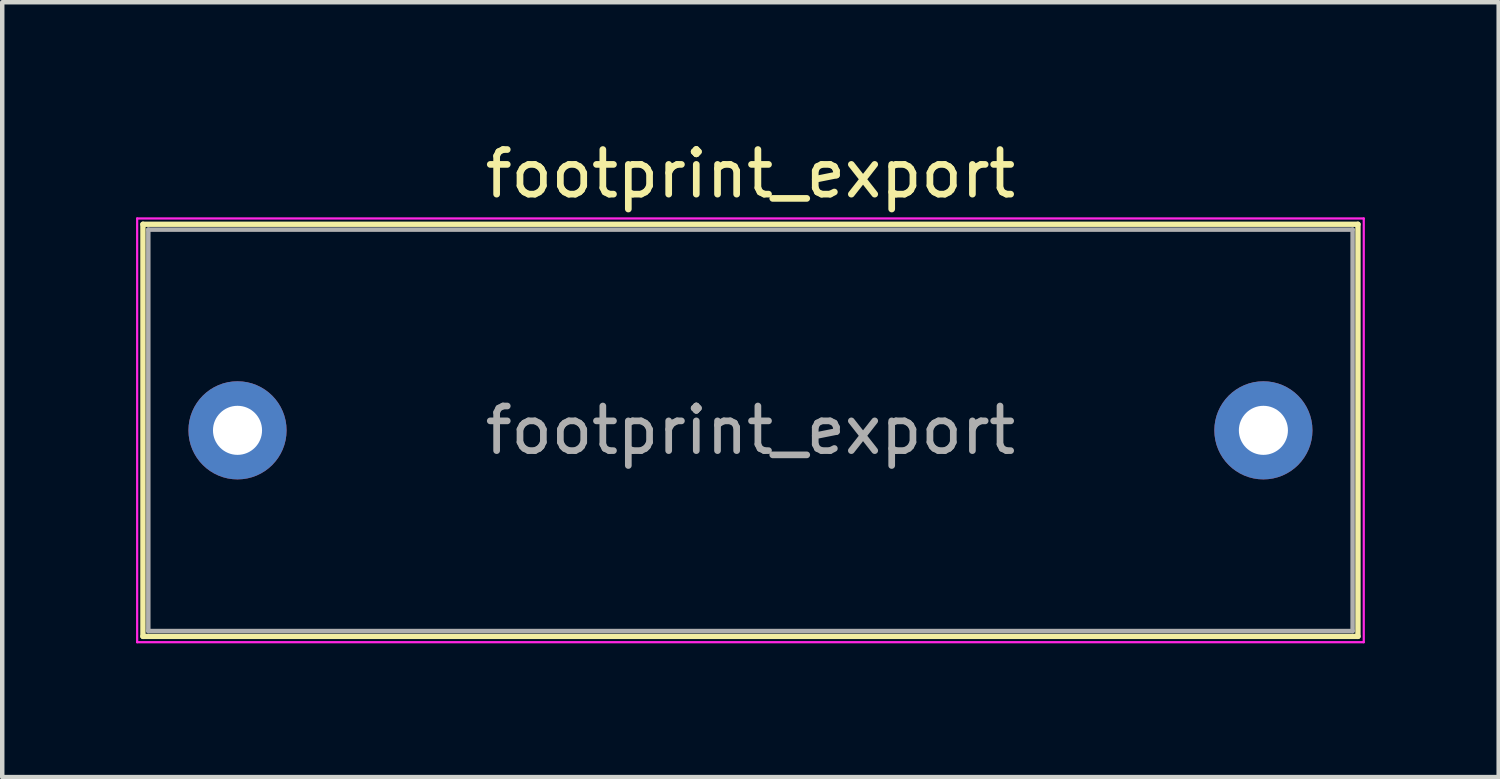
<source format=kicad_pcb>
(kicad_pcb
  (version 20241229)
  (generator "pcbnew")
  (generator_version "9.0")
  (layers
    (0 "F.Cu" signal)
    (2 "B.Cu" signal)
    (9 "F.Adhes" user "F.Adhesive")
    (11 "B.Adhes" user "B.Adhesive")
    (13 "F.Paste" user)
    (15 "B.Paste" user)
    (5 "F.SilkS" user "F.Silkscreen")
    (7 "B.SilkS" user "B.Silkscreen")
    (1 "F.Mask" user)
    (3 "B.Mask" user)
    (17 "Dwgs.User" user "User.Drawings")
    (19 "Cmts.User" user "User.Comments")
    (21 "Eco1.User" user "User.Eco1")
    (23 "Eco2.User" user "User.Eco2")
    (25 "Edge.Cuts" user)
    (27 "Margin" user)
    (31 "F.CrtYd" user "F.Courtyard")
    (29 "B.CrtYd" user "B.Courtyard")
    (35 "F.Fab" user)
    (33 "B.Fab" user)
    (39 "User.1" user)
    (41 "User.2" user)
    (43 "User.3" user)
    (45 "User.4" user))
  (footprint "footprint_export"
    (layer "F.Cu")
    (at 2.275 6.598)
    (property "Reference" "footprint_export" (at 11.5 -5.75 0) (layer "F.SilkS") (effects (font (size 1 1) (thickness 0.15))))
    (attr through_hole)
    (fp_line (start -2.12 -4.62) (end -2.12 4.62) (stroke (width 0.12) (type solid)) (layer "F.SilkS"))
    (fp_line (start -2.12 -4.62) (end 25.12 -4.62) (stroke (width 0.12) (type solid)) (layer "F.SilkS"))
    (fp_line (start -2.12 4.62) (end 25.12 4.62) (stroke (width 0.12) (type solid)) (layer "F.SilkS"))
    (fp_line (start 25.12 -4.62) (end 25.12 4.62) (stroke (width 0.12) (type solid)) (layer "F.SilkS"))
    (fp_line (start -2.25 -4.75) (end -2.25 4.75) (stroke (width 0.05) (type solid)) (layer "F.CrtYd"))
    (fp_line (start -2.25 4.75) (end 25.25 4.75) (stroke (width 0.05) (type solid)) (layer "F.CrtYd"))
    (fp_line (start 25.25 -4.75) (end -2.25 -4.75) (stroke (width 0.05) (type solid)) (layer "F.CrtYd"))
    (fp_line (start 25.25 4.75) (end 25.25 -4.75) (stroke (width 0.05) (type solid)) (layer "F.CrtYd"))
    (fp_line (start -2 -4.5) (end -2 4.5) (stroke (width 0.1) (type solid)) (layer "F.Fab"))
    (fp_line (start -2 4.5) (end 25 4.5) (stroke (width 0.1) (type solid)) (layer "F.Fab"))
    (fp_line (start 25 -4.5) (end -2 -4.5) (stroke (width 0.1) (type solid)) (layer "F.Fab"))
    (fp_line (start 25 4.5) (end 25 -4.5) (stroke (width 0.1) (type solid)) (layer "F.Fab"))
    (fp_text user "${REFERENCE}" (at 11.5 0 0) (layer "F.Fab") (effects (font (size 1 1) (thickness 0.15))))
    (pad "1" thru_hole circle (at 0 0) (size 2.2 2.2) (drill 1.1) (layers "*.Cu" "*.Mask"))
    (pad "2" thru_hole circle (at 23 0) (size 2.2 2.2) (drill 1.1) (layers "*.Cu" "*.Mask")))
  (gr_rect
    (start -3 -3)
    (end 30.55 14.373)
    (stroke (width 0.1) (type default))
    (fill no)
    (layer "Edge.Cuts")))
</source>
